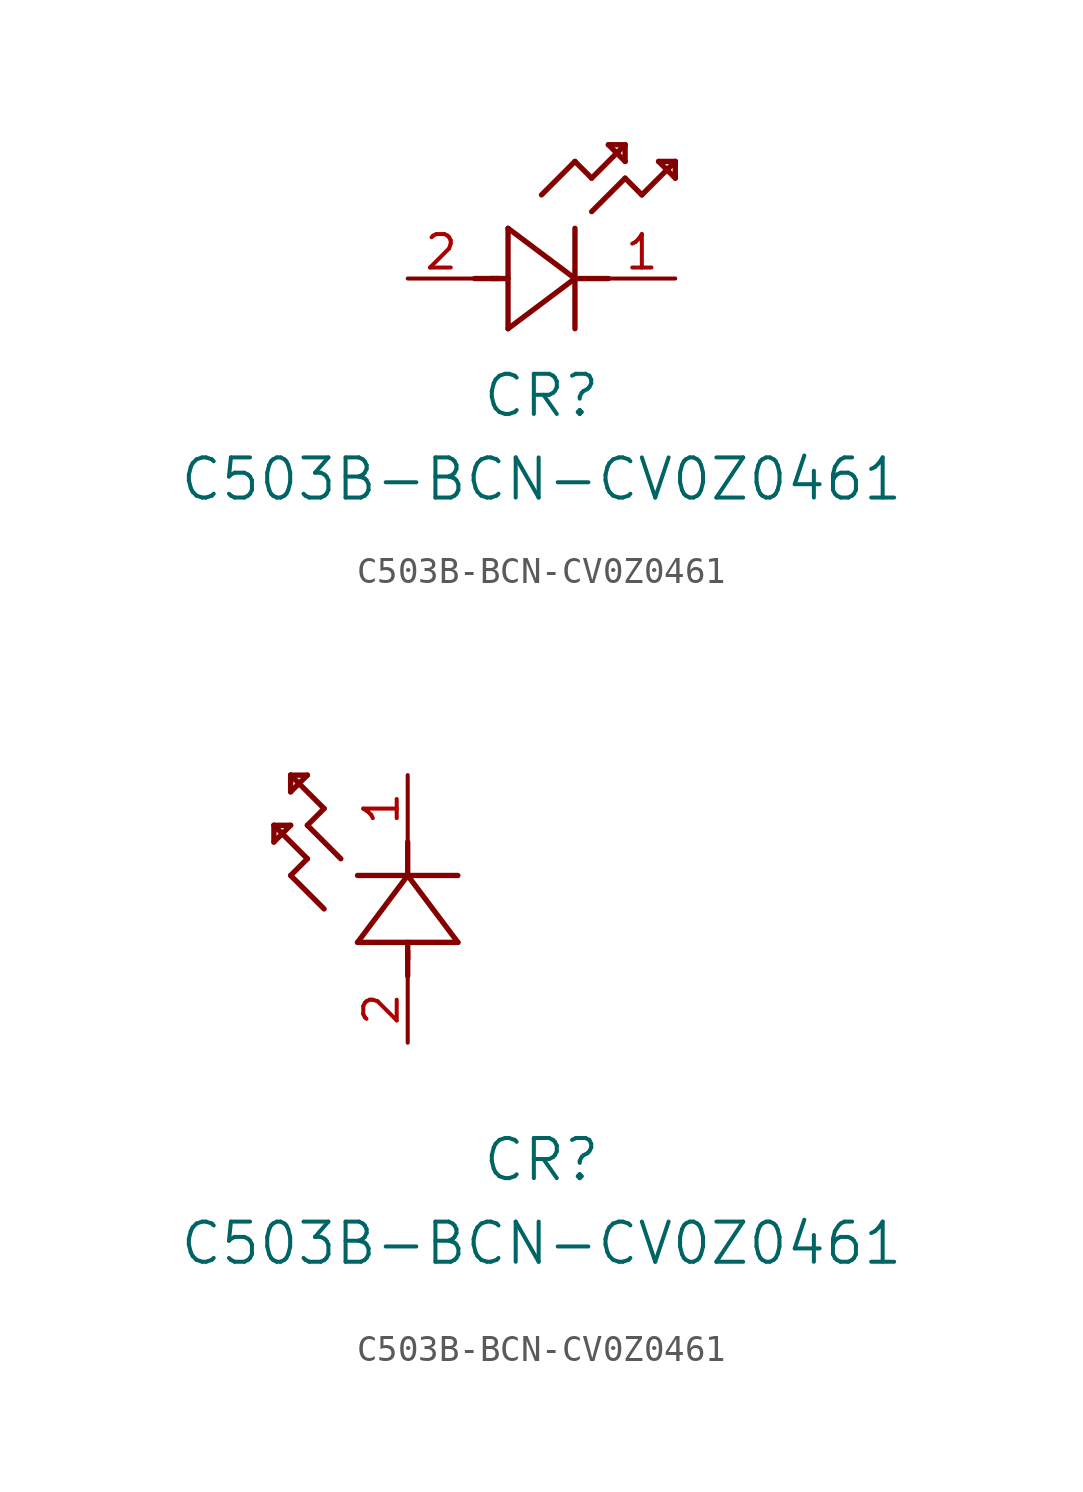
<source format=kicad_sym>
(kicad_symbol_lib
  (version 20211014)
  (generator kicad_symbol_editor)
  (symbol "C503B-BCN-CV0Z0461"
    (pin_names
      (offset 0.254))
    (property "Reference" "CR"
      (at 5.08 -4.445 0)
      (effects (font (size 1.524 1.524))))
    (property "Value" "C503B-BCN-CV0Z0461"
      (at 5.08 -7.62 0)
      (effects (font (size 1.524 1.524))))
    (symbol "C503B-BCN-CV0Z0461_1_1"
      (polyline (pts (xy 2.54 0) (xy 3.48 0)) (stroke (width 0.203) (type default) (color 0 0 0 0)) (fill (type none)))
      (polyline (pts (xy 3.81 1.905) (xy 3.81 -1.905)) (stroke (width 0.203) (type default) (color 0 0 0 0)) (fill (type none)))
      (polyline (pts (xy 3.175 0) (xy 3.81 0)) (stroke (width 0.203) (type default) (color 0 0 0 0)) (fill (type none)))
      (polyline (pts (xy 6.35 -1.905) (xy 6.35 1.905)) (stroke (width 0.203) (type default) (color 0 0 0 0)) (fill (type none)))
      (polyline (pts (xy 6.35 0) (xy 7.62 0)) (stroke (width 0.203) (type default) (color 0 0 0 0)) (fill (type none)))
      (polyline (pts (xy 6.35 4.445) (xy 6.985 3.81)) (stroke (width 0.203) (type default) (color 0 0 0 0)) (fill (type none)))
      (polyline (pts (xy 6.985 3.81) (xy 8.255 5.08)) (stroke (width 0.203) (type default) (color 0 0 0 0)) (fill (type none)))
      (polyline (pts (xy 8.255 3.81) (xy 8.89 3.175)) (stroke (width 0.203) (type default) (color 0 0 0 0)) (fill (type none)))
      (polyline (pts (xy 8.89 3.175) (xy 10.16 4.445)) (stroke (width 0.203) (type default) (color 0 0 0 0)) (fill (type none)))
      (polyline (pts (xy 8.255 5.08) (xy 7.62 5.08)) (stroke (width 0.203) (type default) (color 0 0 0 0)) (fill (type none)))
      (polyline (pts (xy 7.62 5.08) (xy 8.255 4.445)) (stroke (width 0.203) (type default) (color 0 0 0 0)) (fill (type none)))
      (polyline (pts (xy 8.255 4.445) (xy 8.255 5.08)) (stroke (width 0.203) (type default) (color 0 0 0 0)) (fill (type none)))
      (polyline (pts (xy 10.16 4.445) (xy 9.525 4.445)) (stroke (width 0.203) (type default) (color 0 0 0 0)) (fill (type none)))
      (polyline (pts (xy 9.525 4.445) (xy 10.16 3.81)) (stroke (width 0.203) (type default) (color 0 0 0 0)) (fill (type none)))
      (polyline (pts (xy 10.16 3.81) (xy 10.16 4.445)) (stroke (width 0.203) (type default) (color 0 0 0 0)) (fill (type none)))
      (polyline (pts (xy 6.985 2.54) (xy 8.255 3.81)) (stroke (width 0.203) (type default) (color 0 0 0 0)) (fill (type none)))
      (polyline (pts (xy 6.35 0) (xy 3.81 1.905)) (stroke (width 0.203) (type default) (color 0 0 0 0)) (fill (type none)))
      (polyline (pts (xy 3.81 -1.905) (xy 6.35 0)) (stroke (width 0.203) (type default) (color 0 0 0 0)) (fill (type none)))
      (polyline (pts (xy 5.08 3.175) (xy 6.35 4.445)) (stroke (width 0.203) (type default) (color 0 0 0 0)) (fill (type none)))
      (pin unspecified line (at 10.16 0 180) (length 2.54) (name "" (effects (font (size 1.27 1.27)))) (number "1" (effects (font (size 1.27 1.27)))))
      (pin unspecified line (at 0 0 0) (length 2.54) (name "" (effects (font (size 1.27 1.27)))) (number "2" (effects (font (size 1.27 1.27))))))
    (symbol "C503B-BCN-CV0Z0461_1_2"
      (polyline (pts (xy 0 2.54) (xy 0 3.48)) (stroke (width 0.203) (type default) (color 0 0 0 0)) (fill (type none)))
      (polyline (pts (xy -1.905 3.81) (xy 1.905 3.81)) (stroke (width 0.203) (type default) (color 0 0 0 0)) (fill (type none)))
      (polyline (pts (xy 0 3.175) (xy 0 3.81)) (stroke (width 0.203) (type default) (color 0 0 0 0)) (fill (type none)))
      (polyline (pts (xy 1.905 6.35) (xy -1.905 6.35)) (stroke (width 0.203) (type default) (color 0 0 0 0)) (fill (type none)))
      (polyline (pts (xy 0 6.35) (xy 0 7.62)) (stroke (width 0.203) (type default) (color 0 0 0 0)) (fill (type none)))
      (polyline (pts (xy 0 6.35) (xy -1.905 3.81)) (stroke (width 0.203) (type default) (color 0 0 0 0)) (fill (type none)))
      (polyline (pts (xy 1.905 3.81) (xy 0 6.35)) (stroke (width 0.203) (type default) (color 0 0 0 0)) (fill (type none)))
      (polyline (pts (xy -4.445 6.35) (xy -3.81 6.985)) (stroke (width 0.203) (type default) (color 0 0 0 0)) (fill (type none)))
      (polyline (pts (xy -2.54 6.985) (xy -3.81 8.255)) (stroke (width 0.203) (type default) (color 0 0 0 0)) (fill (type none)))
      (polyline (pts (xy -3.175 5.08) (xy -4.445 6.35)) (stroke (width 0.203) (type default) (color 0 0 0 0)) (fill (type none)))
      (polyline (pts (xy -4.445 10.16) (xy -4.445 9.525)) (stroke (width 0.203) (type default) (color 0 0 0 0)) (fill (type none)))
      (polyline (pts (xy -4.445 9.525) (xy -3.81 10.16)) (stroke (width 0.203) (type default) (color 0 0 0 0)) (fill (type none)))
      (polyline (pts (xy -3.81 10.16) (xy -4.445 10.16)) (stroke (width 0.203) (type default) (color 0 0 0 0)) (fill (type none)))
      (polyline (pts (xy -3.81 8.255) (xy -3.175 8.89)) (stroke (width 0.203) (type default) (color 0 0 0 0)) (fill (type none)))
      (polyline (pts (xy -3.175 8.89) (xy -4.445 10.16)) (stroke (width 0.203) (type default) (color 0 0 0 0)) (fill (type none)))
      (polyline (pts (xy -3.81 6.985) (xy -5.08 8.255)) (stroke (width 0.203) (type default) (color 0 0 0 0)) (fill (type none)))
      (polyline (pts (xy -5.08 8.255) (xy -5.08 7.62)) (stroke (width 0.203) (type default) (color 0 0 0 0)) (fill (type none)))
      (polyline (pts (xy -5.08 7.62) (xy -4.445 8.255)) (stroke (width 0.203) (type default) (color 0 0 0 0)) (fill (type none)))
      (polyline (pts (xy -4.445 8.255) (xy -5.08 8.255)) (stroke (width 0.203) (type default) (color 0 0 0 0)) (fill (type none)))
      (pin unspecified line (at 0 10.16 270) (length 2.54) (name "" (effects (font (size 1.27 1.27)))) (number "1" (effects (font (size 1.27 1.27)))))
      (pin unspecified line (at 0 0 90) (length 2.54) (name "" (effects (font (size 1.27 1.27)))) (number "2" (effects (font (size 1.27 1.27))))))))
</source>
